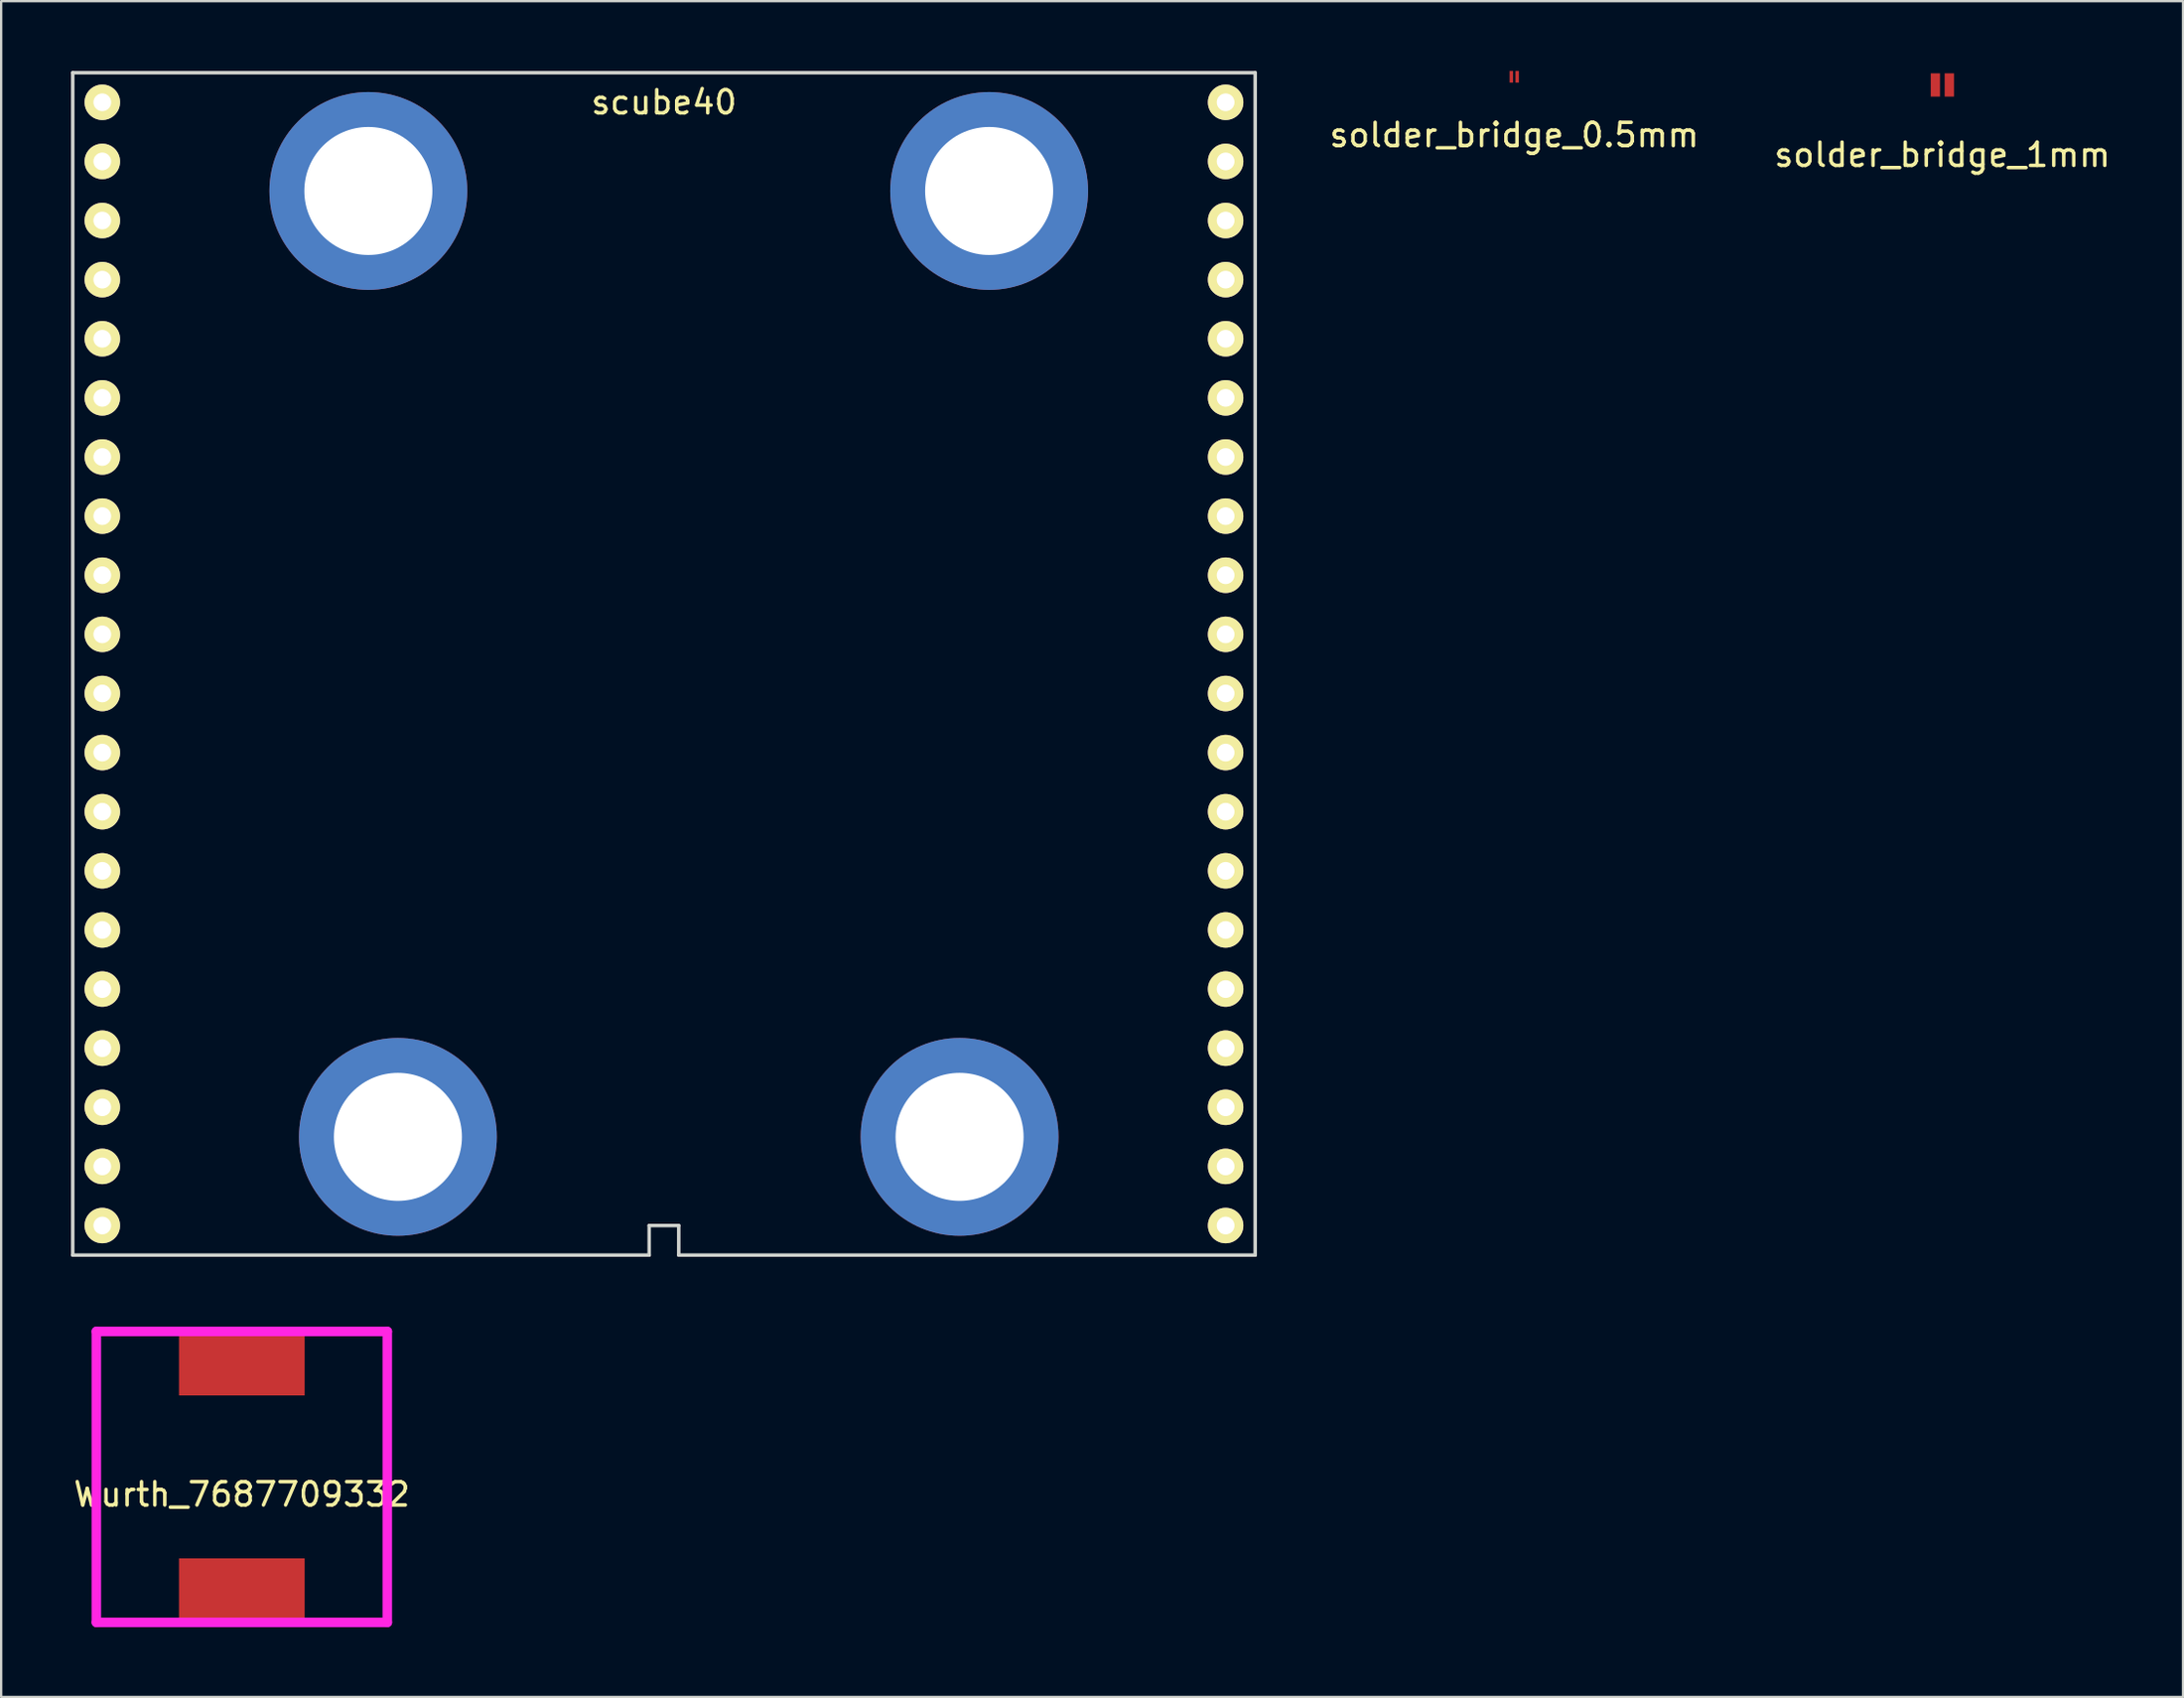
<source format=kicad_pcb>
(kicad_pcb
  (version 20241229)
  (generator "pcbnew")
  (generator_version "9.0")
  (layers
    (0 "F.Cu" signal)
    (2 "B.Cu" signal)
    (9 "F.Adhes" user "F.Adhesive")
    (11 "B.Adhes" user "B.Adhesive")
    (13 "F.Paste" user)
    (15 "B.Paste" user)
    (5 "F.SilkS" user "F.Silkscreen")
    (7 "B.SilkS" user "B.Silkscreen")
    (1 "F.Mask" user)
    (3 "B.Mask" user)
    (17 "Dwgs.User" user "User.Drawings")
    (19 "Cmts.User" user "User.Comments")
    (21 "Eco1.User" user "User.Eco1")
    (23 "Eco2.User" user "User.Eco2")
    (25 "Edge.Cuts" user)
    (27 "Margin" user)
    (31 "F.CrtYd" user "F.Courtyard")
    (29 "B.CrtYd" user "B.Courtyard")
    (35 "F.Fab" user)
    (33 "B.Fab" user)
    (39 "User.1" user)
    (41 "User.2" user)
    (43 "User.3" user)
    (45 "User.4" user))
  (footprint "solder_bridge_1mm"
    (layer "F.Cu")
    (at 80.396 0.6)
    (property "Reference" "solder_bridge_1mm" (at 0 3 0) (layer "F.SilkS") (effects (font (size 1 1) (thickness 0.15))))
    (attr through_hole)
    (fp_line (start 0 -0.5) (end 0 0.5) (stroke (width 0.2) (type solid)) (layer "F.Mask"))
    (pad "1" smd rect (at -0.3 0) (size 0.4 1) (layers "F.Cu" "F.Mask" "F.Paste"))
    (pad "2" smd rect (at 0.3 0) (size 0.4 1) (layers "F.Cu" "F.Mask" "F.Paste")))
  (footprint "scube40"
    (layer "F.Cu")
    (at 25.475 25.475)
    (property "Reference" "scube40" (at 0 -24.13 0) (layer "F.SilkS") (effects (font (size 1 1) (thickness 0.15))))
    (attr through_hole)
    (fp_line (start -25.4 -25.4) (end 25.4 -25.4) (stroke (width 0.15) (type solid)) (layer "Edge.Cuts"))
    (fp_line (start -25.4 25.4) (end -25.4 -25.4) (stroke (width 0.15) (type solid)) (layer "Edge.Cuts"))
    (fp_line (start -0.635 24.13) (end -0.635 25.4) (stroke (width 0.15) (type solid)) (layer "Edge.Cuts"))
    (fp_line (start -0.635 25.4) (end -25.4 25.4) (stroke (width 0.15) (type solid)) (layer "Edge.Cuts"))
    (fp_line (start 0.635 24.13) (end -0.635 24.13) (stroke (width 0.15) (type solid)) (layer "Edge.Cuts"))
    (fp_line (start 0.635 25.4) (end 0.635 24.13) (stroke (width 0.15) (type solid)) (layer "Edge.Cuts"))
    (fp_line (start 25.4 -25.4) (end 25.4 25.4) (stroke (width 0.15) (type solid)) (layer "Edge.Cuts"))
    (fp_line (start 25.4 25.4) (end 0.635 25.4) (stroke (width 0.15) (type solid)) (layer "Edge.Cuts"))
    (pad "" np_thru_hole circle (at -12.7 -20.32) (size 8.5 8.5) (drill 5.5) (layers "*.Cu"))
    (pad "" np_thru_hole circle (at -11.43 20.32) (size 8.5 8.5) (drill 5.5) (layers "*.Cu"))
    (pad "" np_thru_hole circle (at 12.7 20.32) (size 8.5 8.5) (drill 5.5) (layers "*.Cu"))
    (pad "" np_thru_hole circle (at 13.97 -20.32) (size 8.5 8.5) (drill 5.5) (layers "*.Cu"))
    (pad "1" thru_hole circle (at -24.13 -24.13) (size 1.524 1.524) (drill 0.762) (layers "*.Cu" "*.Mask" "F.SilkS"))
    (pad "2" thru_hole circle (at -24.13 -21.59) (size 1.524 1.524) (drill 0.762) (layers "*.Cu" "*.Mask" "F.SilkS"))
    (pad "3" thru_hole circle (at -24.13 -19.05) (size 1.524 1.524) (drill 0.762) (layers "*.Cu" "*.Mask" "F.SilkS"))
    (pad "4" thru_hole circle (at -24.13 -16.51) (size 1.524 1.524) (drill 0.762) (layers "*.Cu" "*.Mask" "F.SilkS"))
    (pad "5" thru_hole circle (at -24.13 -13.97) (size 1.524 1.524) (drill 0.762) (layers "*.Cu" "*.Mask" "F.SilkS"))
    (pad "6" thru_hole circle (at -24.13 -11.43) (size 1.524 1.524) (drill 0.762) (layers "*.Cu" "*.Mask" "F.SilkS"))
    (pad "7" thru_hole circle (at -24.13 -8.89) (size 1.524 1.524) (drill 0.762) (layers "*.Cu" "*.Mask" "F.SilkS"))
    (pad "8" thru_hole circle (at -24.13 -6.35) (size 1.524 1.524) (drill 0.762) (layers "*.Cu" "*.Mask" "F.SilkS"))
    (pad "9" thru_hole circle (at -24.13 -3.81) (size 1.524 1.524) (drill 0.762) (layers "*.Cu" "*.Mask" "F.SilkS"))
    (pad "10" thru_hole circle (at -24.13 -1.27) (size 1.524 1.524) (drill 0.762) (layers "*.Cu" "*.Mask" "F.SilkS"))
    (pad "11" thru_hole circle (at -24.13 1.27) (size 1.524 1.524) (drill 0.762) (layers "*.Cu" "*.Mask" "F.SilkS"))
    (pad "12" thru_hole circle (at -24.13 3.81) (size 1.524 1.524) (drill 0.762) (layers "*.Cu" "*.Mask" "F.SilkS"))
    (pad "13" thru_hole circle (at -24.13 6.35) (size 1.524 1.524) (drill 0.762) (layers "*.Cu" "*.Mask" "F.SilkS"))
    (pad "14" thru_hole circle (at -24.13 8.89) (size 1.524 1.524) (drill 0.762) (layers "*.Cu" "*.Mask" "F.SilkS"))
    (pad "15" thru_hole circle (at -24.13 11.43) (size 1.524 1.524) (drill 0.762) (layers "*.Cu" "*.Mask" "F.SilkS"))
    (pad "16" thru_hole circle (at -24.13 13.97) (size 1.524 1.524) (drill 0.762) (layers "*.Cu" "*.Mask" "F.SilkS"))
    (pad "17" thru_hole circle (at -24.13 16.51) (size 1.524 1.524) (drill 0.762) (layers "*.Cu" "*.Mask" "F.SilkS"))
    (pad "18" thru_hole circle (at -24.13 19.05) (size 1.524 1.524) (drill 0.762) (layers "*.Cu" "*.Mask" "F.SilkS"))
    (pad "19" thru_hole circle (at -24.13 21.59) (size 1.524 1.524) (drill 0.762) (layers "*.Cu" "*.Mask" "F.SilkS"))
    (pad "20" thru_hole circle (at -24.13 24.13) (size 1.524 1.524) (drill 0.762) (layers "*.Cu" "*.Mask" "F.SilkS"))
    (pad "21" thru_hole circle (at 24.13 24.13) (size 1.524 1.524) (drill 0.762) (layers "*.Cu" "*.Mask" "F.SilkS"))
    (pad "22" thru_hole circle (at 24.13 21.59) (size 1.524 1.524) (drill 0.762) (layers "*.Cu" "*.Mask" "F.SilkS"))
    (pad "23" thru_hole circle (at 24.13 19.05) (size 1.524 1.524) (drill 0.762) (layers "*.Cu" "*.Mask" "F.SilkS"))
    (pad "24" thru_hole circle (at 24.13 16.51) (size 1.524 1.524) (drill 0.762) (layers "*.Cu" "*.Mask" "F.SilkS"))
    (pad "25" thru_hole circle (at 24.13 13.97) (size 1.524 1.524) (drill 0.762) (layers "*.Cu" "*.Mask" "F.SilkS"))
    (pad "26" thru_hole circle (at 24.13 11.43) (size 1.524 1.524) (drill 0.762) (layers "*.Cu" "*.Mask" "F.SilkS"))
    (pad "27" thru_hole circle (at 24.13 8.89) (size 1.524 1.524) (drill 0.762) (layers "*.Cu" "*.Mask" "F.SilkS"))
    (pad "28" thru_hole circle (at 24.13 6.35) (size 1.524 1.524) (drill 0.762) (layers "*.Cu" "*.Mask" "F.SilkS"))
    (pad "29" thru_hole circle (at 24.13 3.81) (size 1.524 1.524) (drill 0.762) (layers "*.Cu" "*.Mask" "F.SilkS"))
    (pad "30" thru_hole circle (at 24.13 1.27) (size 1.524 1.524) (drill 0.762) (layers "*.Cu" "*.Mask" "F.SilkS"))
    (pad "31" thru_hole circle (at 24.13 -1.27) (size 1.524 1.524) (drill 0.762) (layers "*.Cu" "*.Mask" "F.SilkS"))
    (pad "32" thru_hole circle (at 24.13 -3.81) (size 1.524 1.524) (drill 0.762) (layers "*.Cu" "*.Mask" "F.SilkS"))
    (pad "33" thru_hole circle (at 24.13 -6.35) (size 1.524 1.524) (drill 0.762) (layers "*.Cu" "*.Mask" "F.SilkS"))
    (pad "34" thru_hole circle (at 24.13 -8.89) (size 1.524 1.524) (drill 0.762) (layers "*.Cu" "*.Mask" "F.SilkS"))
    (pad "35" thru_hole circle (at 24.13 -11.43) (size 1.524 1.524) (drill 0.762) (layers "*.Cu" "*.Mask" "F.SilkS"))
    (pad "36" thru_hole circle (at 24.13 -13.97) (size 1.524 1.524) (drill 0.762) (layers "*.Cu" "*.Mask" "F.SilkS"))
    (pad "37" thru_hole circle (at 24.13 -16.51) (size 1.524 1.524) (drill 0.762) (layers "*.Cu" "*.Mask" "F.SilkS"))
    (pad "38" thru_hole circle (at 24.13 -19.05) (size 1.524 1.524) (drill 0.762) (layers "*.Cu" "*.Mask" "F.SilkS"))
    (pad "39" thru_hole circle (at 24.13 -21.59) (size 1.524 1.524) (drill 0.762) (layers "*.Cu" "*.Mask" "F.SilkS"))
    (pad "40" thru_hole circle (at 24.13 -24.13) (size 1.524 1.524) (drill 0.762) (layers "*.Cu" "*.Mask" "F.SilkS")))
  (footprint "solder_bridge_0.5mm"
    (layer "F.Cu")
    (at 62.004 0.25)
    (property "Reference" "solder_bridge_0.5mm" (at 0 2.5 0) (layer "F.SilkS") (effects (font (size 1 1) (thickness 0.15))))
    (attr through_hole)
    (pad "1" smd rect (at -0.125 0) (size 0.15 0.5) (layers "F.Cu" "F.Mask" "F.Paste"))
    (pad "2" smd rect (at 0.125 0) (size 0.15 0.5) (layers "F.Cu" "F.Mask" "F.Paste")))
  (footprint "Wurth_7687709332"
    (layer "F.Cu")
    (at 7.339 60.405)
    (property "Reference" "Wurth_7687709332" (at 0 0.75 0) (layer "F.SilkS") (effects (font (size 1 1) (thickness 0.15))))
    (attr through_hole)
    (fp_line (start -6.25 -6.25) (end 6.25 -6.25) (stroke (width 0.41) (type solid)) (layer "F.CrtYd"))
    (fp_line (start -6.25 6.25) (end -6.25 -6.25) (stroke (width 0.41) (type solid)) (layer "F.CrtYd"))
    (fp_line (start 6.25 -6.25) (end 6.25 6.25) (stroke (width 0.41) (type solid)) (layer "F.CrtYd"))
    (fp_line (start 6.25 6.25) (end -6.25 6.25) (stroke (width 0.41) (type solid)) (layer "F.CrtYd"))
    (pad "1" smd rect (at 0 4.95) (size 5.4 2.9) (layers "F.Cu" "F.Mask" "F.Paste"))
    (pad "2" smd rect (at 0 -4.95) (size 5.4 2.9) (layers "F.Cu" "F.Mask" "F.Paste")))
  (gr_rect
    (start -3 -3)
    (end 90.736 69.86)
    (stroke (width 0.1) (type default))
    (fill no)
    (layer "Edge.Cuts")))
</source>
